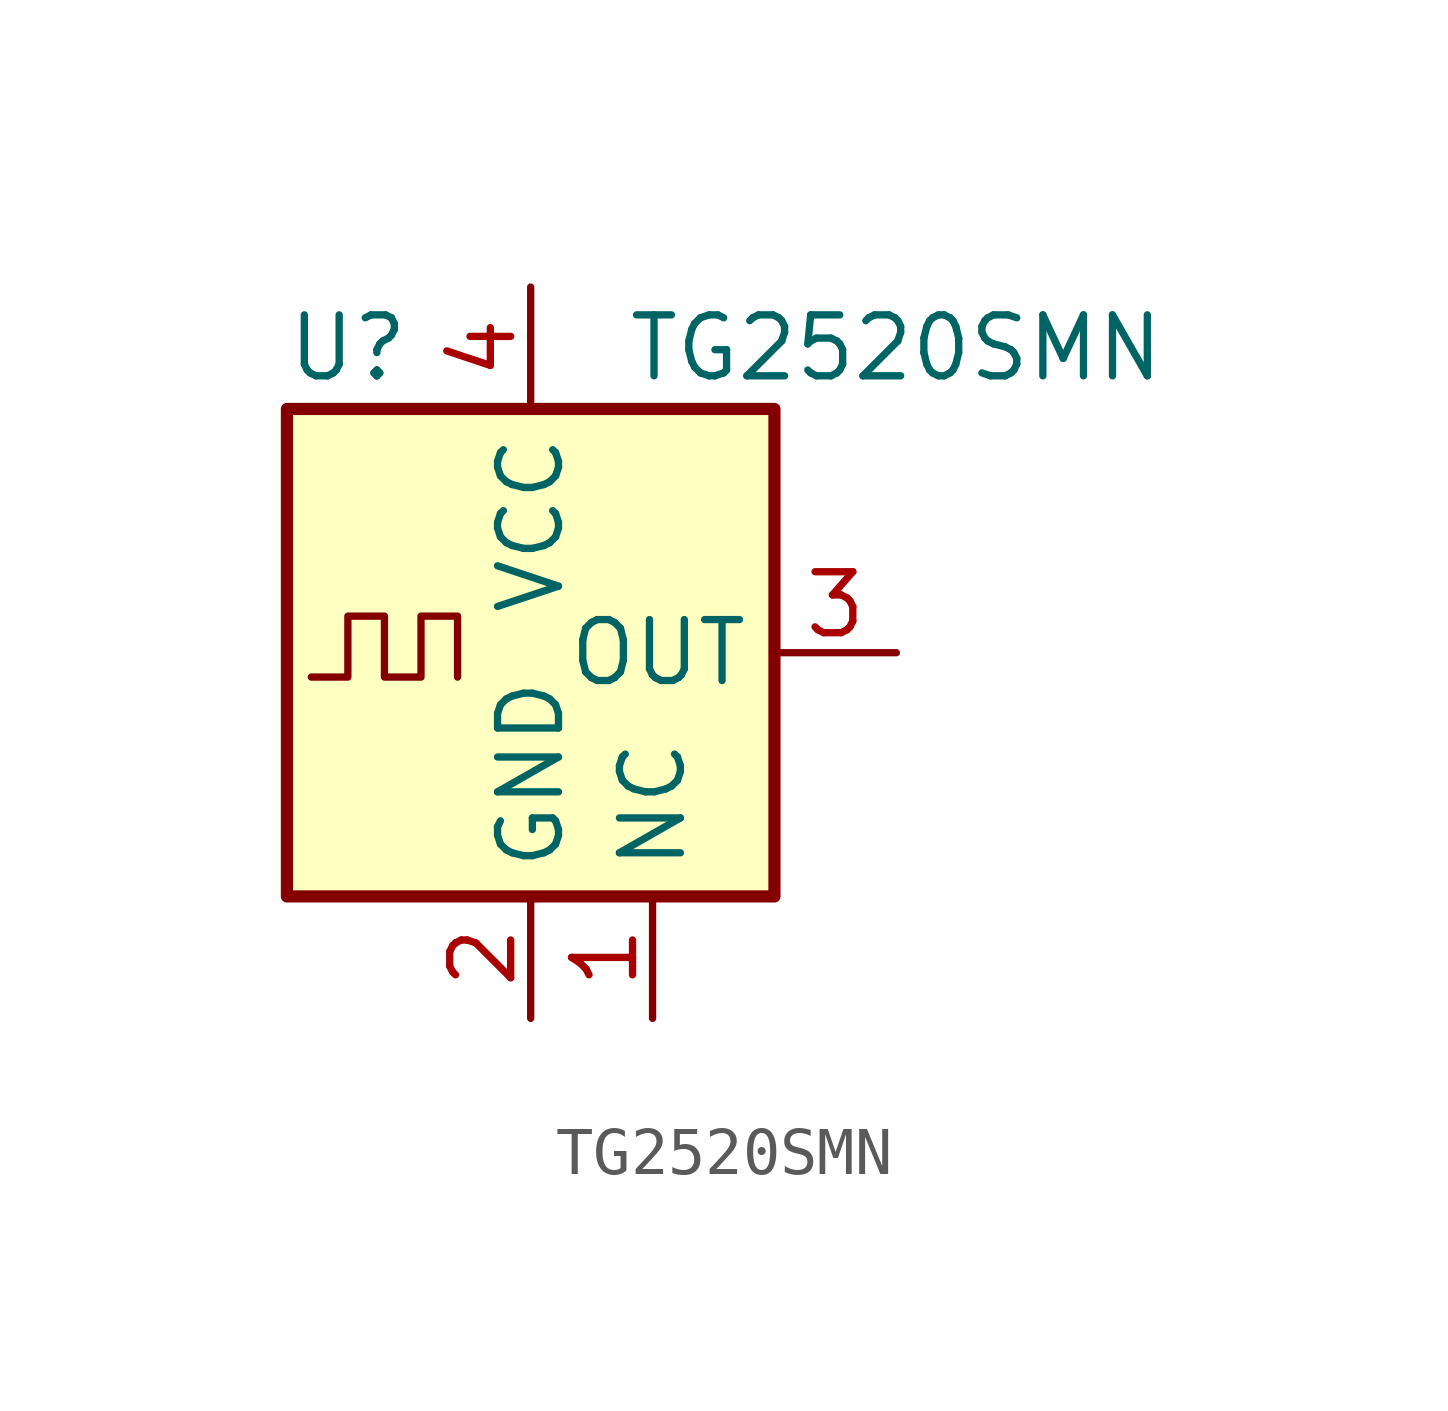
<source format=kicad_sym>
(kicad_symbol_lib
  (version 20211014)
  (generator kicad_symbol_editor)
  (symbol "TG2520SMN"
    (property "Reference" "U"
      (at -3.81 6.35 0)
      (effects (font (size 1.27 1.27))))
    (property "Value" "TG2520SMN"
      (at 7.62 6.35 0)
      (effects (font (size 1.27 1.27))))
    (symbol "TG2520SMN_0_1"
      (rectangle (start -5.08 5.08) (end 5.08 -5.08) (stroke (width 0.254) (type default) (color 0 0 0 0)) (fill (type background)))
      (polyline (pts (xy -4.572 -0.508) (xy -3.81 -0.508) (xy -3.81 0.762) (xy -3.048 0.762) (xy -3.048 -0.508) (xy -2.286 -0.508) (xy -2.286 0.762) (xy -1.524 0.762) (xy -1.524 -0.508)) (stroke (width 0) (type default) (color 0 0 0 0)) (fill (type none))))
    (symbol "TG2520SMN_1_1"
      (pin passive line (at 2.54 -7.62 90) (length 2.54) (name "NC" (effects (font (size 1.27 1.27)))) (number "1" (effects (font (size 1.27 1.27)))))
      (pin power_in line (at 0 -7.62 90) (length 2.54) (name "GND" (effects (font (size 1.27 1.27)))) (number "2" (effects (font (size 1.27 1.27)))))
      (pin output line (at 7.62 0 180) (length 2.54) (name "OUT" (effects (font (size 1.27 1.27)))) (number "3" (effects (font (size 1.27 1.27)))))
      (pin power_in line (at 0 7.62 270) (length 2.54) (name "VCC" (effects (font (size 1.27 1.27)))) (number "4" (effects (font (size 1.27 1.27))))))))
</source>
